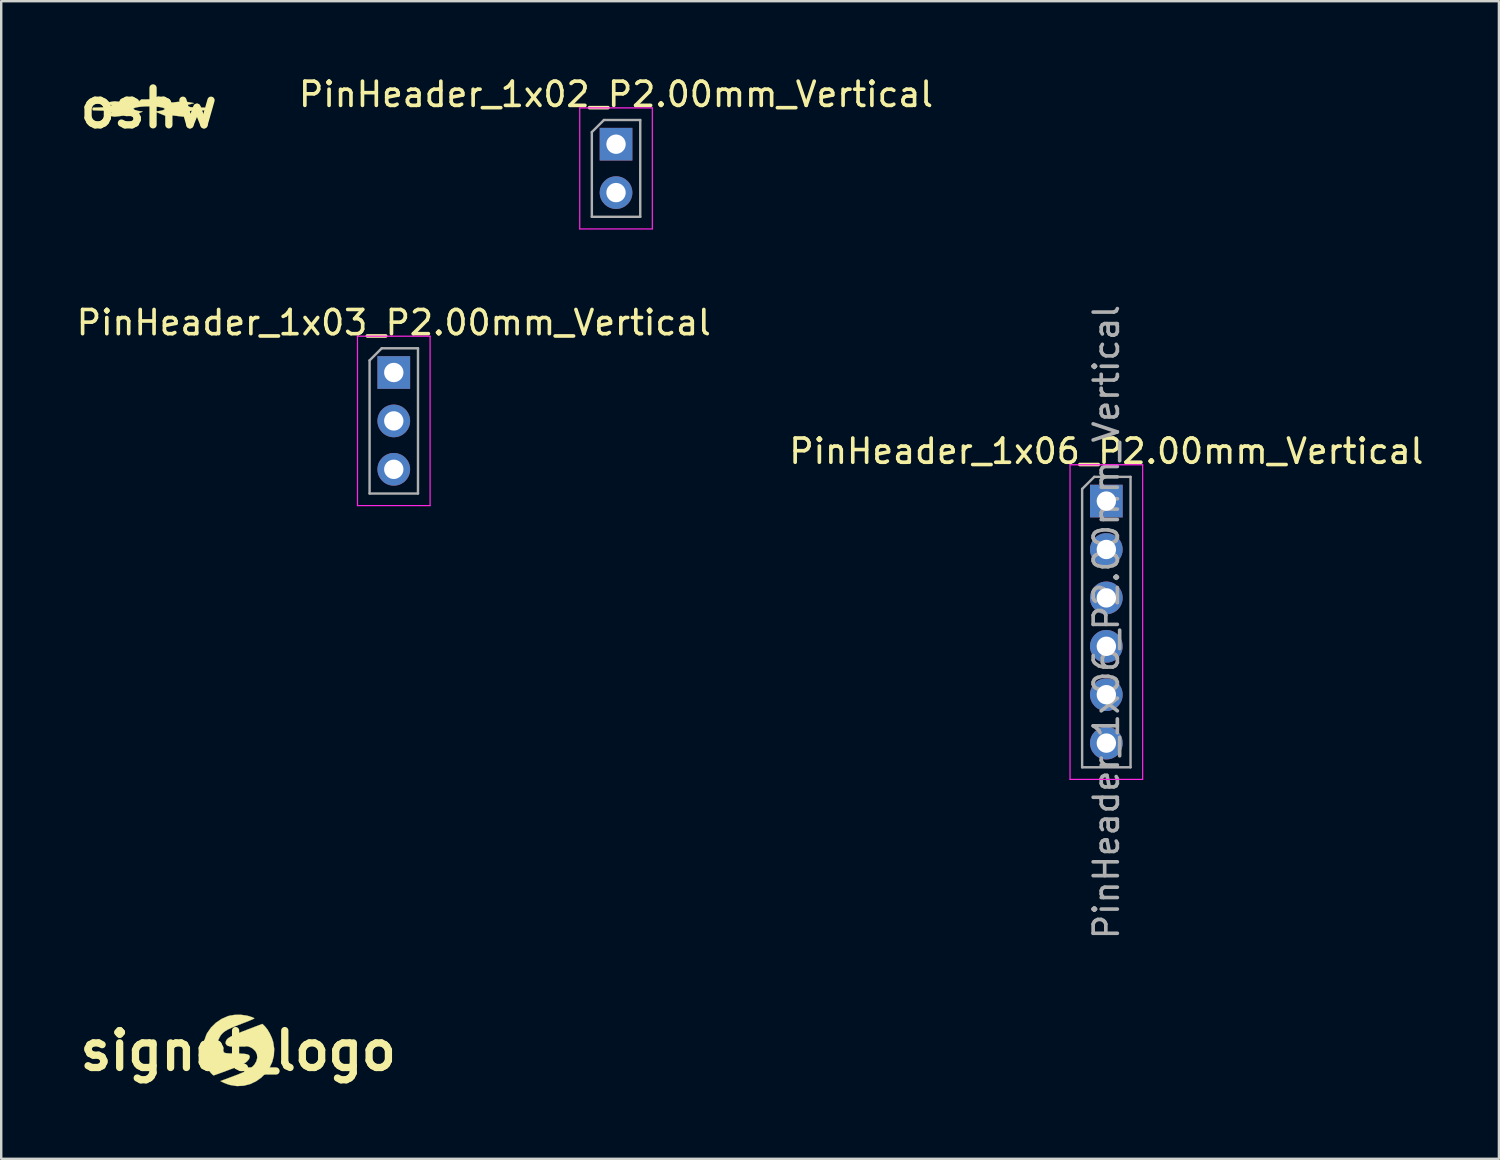
<source format=kicad_pcb>
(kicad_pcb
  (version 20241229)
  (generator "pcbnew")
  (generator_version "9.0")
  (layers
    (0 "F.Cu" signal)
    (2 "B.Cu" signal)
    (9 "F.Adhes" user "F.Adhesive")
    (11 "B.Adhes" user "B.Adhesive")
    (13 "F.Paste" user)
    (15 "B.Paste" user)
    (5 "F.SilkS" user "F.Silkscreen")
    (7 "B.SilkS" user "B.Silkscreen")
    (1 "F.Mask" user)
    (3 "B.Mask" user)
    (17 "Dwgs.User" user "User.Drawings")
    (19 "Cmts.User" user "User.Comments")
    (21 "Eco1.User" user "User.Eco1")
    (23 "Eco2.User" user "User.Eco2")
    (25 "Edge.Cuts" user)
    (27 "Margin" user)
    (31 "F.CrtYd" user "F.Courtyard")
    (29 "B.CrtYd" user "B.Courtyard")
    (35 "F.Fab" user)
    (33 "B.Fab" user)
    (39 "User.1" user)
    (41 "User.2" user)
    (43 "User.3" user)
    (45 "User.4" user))
  (footprint "oshw"
    (layer "F.Cu")
    (at 3.092 1.418)
    (property "Reference" "oshw" (at 0 0 0) (layer "F.SilkS") (effects (font (size 1.524 1.524) (thickness 0.3))))
    (attr through_hole)
    (fp_poly (pts (xy 0.109 -0.363) (xy 0.182 -0.362) (xy 0.237 -0.362) (xy 0.276 -0.362) (xy 0.302 -0.362) (xy 0.318 -0.361) (xy 0.327 -0.36) (xy 0.332 -0.359) (xy 0.334 -0.358) (xy 0.34 -0.354) (xy 0.349 -0.348) (xy 0.361 -0.338) (xy 0.375 -0.326) (xy 0.39 -0.313) (xy 0.397 -0.306) (xy 0.412 -0.292) (xy 0.426 -0.28) (xy 0.439 -0.269) (xy 0.449 -0.261) (xy 0.456 -0.256) (xy 0.458 -0.255) (xy 0.471 -0.254) (xy 0.504 -0.251) (xy 0.55 -0.247) (xy 0.606 -0.243) (xy 0.667 -0.239) (xy 0.729 -0.234) (xy 0.788 -0.23) (xy 0.838 -0.227) (xy 0.875 -0.224) (xy 0.896 -0.223) (xy 0.897 -0.223) (xy 0.911 -0.225) (xy 0.942 -0.228) (xy 0.987 -0.233) (xy 1.044 -0.239) (xy 1.11 -0.247) (xy 1.164 -0.253) (xy 1.234 -0.261) (xy 1.298 -0.268) (xy 1.352 -0.274) (xy 1.395 -0.279) (xy 1.422 -0.282) (xy 1.43 -0.282) (xy 1.444 -0.281) (xy 1.471 -0.277) (xy 1.509 -0.271) (xy 1.556 -0.263) (xy 1.608 -0.255) (xy 1.662 -0.245) (xy 1.715 -0.236) (xy 1.765 -0.227) (xy 1.809 -0.219) (xy 1.843 -0.213) (xy 1.864 -0.208) (xy 1.871 -0.206) (xy 1.865 -0.204) (xy 1.848 -0.199) (xy 1.818 -0.19) (xy 1.776 -0.179) (xy 1.72 -0.165) (xy 1.65 -0.148) (xy 1.616 -0.14) (xy 1.584 -0.132) (xy 1.558 -0.125) (xy 1.541 -0.12) (xy 1.536 -0.117) (xy 1.541 -0.115) (xy 1.554 -0.109) (xy 1.573 -0.101) (xy 1.596 -0.091) (xy 1.622 -0.08) (xy 1.649 -0.07) (xy 1.674 -0.06) (xy 1.697 -0.051) (xy 1.714 -0.045) (xy 1.725 -0.041) (xy 1.726 -0.041) (xy 1.74 -0.04) (xy 1.774 -0.039) (xy 1.826 -0.037) (xy 1.892 -0.035) (xy 1.968 -0.032) (xy 2.02 -0.031) (xy 2.102 -0.028) (xy 2.176 -0.025) (xy 2.239 -0.023) (xy 2.287 -0.022) (xy 2.317 -0.021) (xy 2.324 -0.02) (xy 2.33 -0.019) (xy 2.334 -0.017) (xy 2.337 -0.012) (xy 2.339 -0.005) (xy 2.341 0.005) (xy 2.342 0.018) (xy 2.342 0.035) (xy 2.342 0.051) (xy 2.341 0.064) (xy 2.34 0.073) (xy 2.338 0.08) (xy 2.336 0.085) (xy 2.332 0.087) (xy 2.327 0.089) (xy 2.32 0.089) (xy 2.299 0.09) (xy 2.26 0.092) (xy 2.21 0.093) (xy 2.187 0.094) (xy 2.066 0.098) (xy 1.968 0.101) (xy 1.89 0.103) (xy 1.831 0.105) (xy 1.788 0.107) (xy 1.759 0.109) (xy 1.743 0.11) (xy 1.739 0.111) (xy 1.73 0.114) (xy 1.715 0.12) (xy 1.694 0.128) (xy 1.669 0.138) (xy 1.643 0.149) (xy 1.617 0.159) (xy 1.593 0.17) (xy 1.573 0.179) (xy 1.558 0.186) (xy 1.55 0.19) (xy 1.549 0.19) (xy 1.555 0.192) (xy 1.574 0.198) (xy 1.603 0.205) (xy 1.641 0.215) (xy 1.684 0.225) (xy 1.71 0.232) (xy 1.756 0.243) (xy 1.797 0.254) (xy 1.831 0.263) (xy 1.856 0.27) (xy 1.869 0.274) (xy 1.871 0.276) (xy 1.862 0.278) (xy 1.838 0.283) (xy 1.8 0.291) (xy 1.749 0.3) (xy 1.69 0.31) (xy 1.655 0.316) (xy 1.588 0.327) (xy 1.536 0.336) (xy 1.496 0.342) (xy 1.468 0.347) (xy 1.447 0.349) (xy 1.432 0.35) (xy 1.421 0.35) (xy 1.412 0.35) (xy 1.412 0.35) (xy 1.393 0.348) (xy 1.358 0.344) (xy 1.31 0.338) (xy 1.251 0.332) (xy 1.186 0.324) (xy 1.17 0.322) (xy 1.105 0.315) (xy 1.047 0.308) (xy 0.998 0.303) (xy 0.962 0.299) (xy 0.942 0.297) (xy 0.94 0.297) (xy 0.923 0.298) (xy 0.889 0.301) (xy 0.845 0.304) (xy 0.814 0.307) (xy 0.764 0.311) (xy 0.725 0.314) (xy 0.699 0.315) (xy 0.693 0.315) (xy 0.686 0.312) (xy 0.67 0.307) (xy 0.648 0.298) (xy 0.62 0.287) (xy 0.588 0.274) (xy 0.552 0.259) (xy 0.539 0.254) (xy 0.499 0.238) (xy 0.459 0.221) (xy 0.421 0.206) (xy 0.386 0.191) (xy 0.357 0.18) (xy 0.335 0.171) (xy 0.334 0.17) (xy 0.311 0.16) (xy 0.292 0.152) (xy 0.278 0.146) (xy 0.273 0.142) (xy 0.273 0.142) (xy 0.282 0.14) (xy 0.307 0.136) (xy 0.343 0.131) (xy 0.35 0.13) (xy 0.458 0.115) (xy 0.543 0.098) (xy 0.604 0.08) (xy 0.643 0.061) (xy 0.66 0.04) (xy 0.661 0.035) (xy 0.65 0.014) (xy 0.618 -0.006) (xy 0.563 -0.024) (xy 0.484 -0.041) (xy 0.483 -0.041) (xy 0.391 -0.055) (xy 0.287 -0.065) (xy 0.176 -0.072) (xy 0.061 -0.075) (xy -0.056 -0.075) (xy -0.172 -0.071) (xy -0.282 -0.063) (xy -0.386 -0.052) (xy -0.421 -0.047) (xy -0.507 -0.031) (xy -0.571 -0.014) (xy -0.612 0.006) (xy -0.631 0.027) (xy -0.632 0.034) (xy -0.623 0.055) (xy -0.596 0.073) (xy -0.548 0.091) (xy -0.48 0.106) (xy -0.388 0.121) (xy -0.334 0.129) (xy -0.295 0.134) (xy -0.265 0.138) (xy -0.249 0.142) (xy -0.248 0.142) (xy -0.252 0.145) (xy -0.265 0.151) (xy -0.286 0.16) (xy -0.313 0.171) (xy -0.344 0.185) (xy -0.38 0.2) (xy -0.41 0.212) (xy -0.451 0.229) (xy -0.49 0.245) (xy -0.526 0.26) (xy -0.558 0.273) (xy -0.584 0.284) (xy -0.603 0.292) (xy -0.611 0.295) (xy -0.634 0.305) (xy -0.653 0.311) (xy -0.672 0.314) (xy -0.696 0.314) (xy -0.731 0.312) (xy -0.781 0.308) (xy -0.787 0.307) (xy -0.835 0.303) (xy -0.875 0.3) (xy -0.903 0.298) (xy -0.911 0.297) (xy -0.925 0.298) (xy -0.957 0.302) (xy -1.003 0.306) (xy -1.06 0.313) (xy -1.125 0.32) (xy -1.163 0.325) (xy -1.231 0.332) (xy -1.292 0.339) (xy -1.343 0.345) (xy -1.381 0.349) (xy -1.404 0.352) (xy -1.408 0.352) (xy -1.419 0.351) (xy -1.445 0.347) (xy -1.483 0.34) (xy -1.532 0.332) (xy -1.588 0.323) (xy -1.632 0.316) (xy -1.691 0.306) (xy -1.744 0.296) (xy -1.789 0.288) (xy -1.822 0.282) (xy -1.842 0.277) (xy -1.846 0.276) (xy -1.839 0.273) (xy -1.82 0.267) (xy -1.791 0.259) (xy -1.753 0.25) (xy -1.71 0.239) (xy -1.685 0.232) (xy -1.639 0.221) (xy -1.598 0.211) (xy -1.565 0.202) (xy -1.54 0.195) (xy -1.526 0.191) (xy -1.524 0.19) (xy -1.529 0.187) (xy -1.541 0.181) (xy -1.56 0.173) (xy -1.583 0.163) (xy -1.608 0.152) (xy -1.635 0.141) (xy -1.66 0.13) (xy -1.683 0.121) (xy -1.701 0.114) (xy -1.713 0.111) (xy -1.715 0.11) (xy -1.731 0.109) (xy -1.768 0.107) (xy -1.822 0.105) (xy -1.89 0.103) (xy -1.967 0.1) (xy -2.008 0.099) (xy -2.089 0.096) (xy -2.162 0.094) (xy -2.223 0.091) (xy -2.269 0.09) (xy -2.296 0.088) (xy -2.301 0.088) (xy -2.307 0.085) (xy -2.311 0.079) (xy -2.315 0.07) (xy -2.317 0.059) (xy -2.318 0.047) (xy -2.319 0.034) (xy -2.318 0.021) (xy -2.316 0.008) (xy -2.314 -0.003) (xy -2.31 -0.012) (xy -2.306 -0.018) (xy -2.3 -0.02) (xy -2.3 -0.02) (xy -2.283 -0.021) (xy -2.246 -0.022) (xy -2.191 -0.024) (xy -2.124 -0.026) (xy -2.046 -0.029) (xy -1.995 -0.03) (xy -1.914 -0.033) (xy -1.84 -0.036) (xy -1.779 -0.038) (xy -1.732 -0.04) (xy -1.704 -0.041) (xy -1.698 -0.041) (xy -1.688 -0.044) (xy -1.672 -0.05) (xy -1.65 -0.058) (xy -1.625 -0.068) (xy -1.599 -0.079) (xy -1.573 -0.089) (xy -1.549 -0.099) (xy -1.53 -0.108) (xy -1.517 -0.114) (xy -1.512 -0.117) (xy -1.512 -0.117) (xy -1.518 -0.12) (xy -1.537 -0.125) (xy -1.567 -0.133) (xy -1.604 -0.143) (xy -1.648 -0.154) (xy -1.674 -0.161) (xy -1.721 -0.173) (xy -1.763 -0.183) (xy -1.798 -0.193) (xy -1.825 -0.2) (xy -1.84 -0.204) (xy -1.843 -0.205) (xy -1.841 -0.207) (xy -1.827 -0.211) (xy -1.8 -0.216) (xy -1.76 -0.224) (xy -1.704 -0.234) (xy -1.634 -0.246) (xy -1.574 -0.256) (xy -1.519 -0.265) (xy -1.472 -0.273) (xy -1.435 -0.278) (xy -1.411 -0.282) (xy -1.404 -0.282) (xy -1.389 -0.281) (xy -1.358 -0.278) (xy -1.312 -0.273) (xy -1.255 -0.267) (xy -1.19 -0.259) (xy -1.143 -0.254) (xy -1.074 -0.246) (xy -1.01 -0.238) (xy -0.956 -0.232) (xy -0.914 -0.228) (xy -0.887 -0.225) (xy -0.88 -0.224) (xy -0.863 -0.225) (xy -0.828 -0.226) (xy -0.779 -0.229) (xy -0.721 -0.233) (xy -0.659 -0.237) (xy -0.596 -0.241) (xy -0.538 -0.245) (xy -0.49 -0.249) (xy -0.454 -0.252) (xy -0.438 -0.254) (xy -0.431 -0.256) (xy -0.421 -0.263) (xy -0.409 -0.272) (xy -0.394 -0.283) (xy -0.379 -0.297) (xy -0.366 -0.307) (xy -0.351 -0.322) (xy -0.336 -0.334) (xy -0.323 -0.345) (xy -0.313 -0.354) (xy -0.306 -0.359) (xy -0.303 -0.361) (xy -0.289 -0.361) (xy -0.253 -0.362) (xy -0.199 -0.362) (xy -0.128 -0.362) (xy -0.046 -0.363) (xy 0.013 -0.363) (xy 0.109 -0.363)) (stroke (width 0.01) (type solid)) (fill yes) (layer "F.SilkS")))
  (footprint "PinHeader_1x02_P2.00mm_Vertical"
    (layer "F.Cu")
    (at 22.403 2.908)
    (property "Reference" "PinHeader_1x02_P2.00mm_Vertical" (at 0 -2.06 0) (layer "F.SilkS") (effects (font (size 1 1) (thickness 0.15))))
    (attr through_hole)
    (fp_line (start -1.5 -1.5) (end -1.5 3.5) (stroke (width 0.05) (type solid)) (layer "F.CrtYd"))
    (fp_line (start -1.5 3.5) (end 1.5 3.5) (stroke (width 0.05) (type solid)) (layer "F.CrtYd"))
    (fp_line (start 1.5 -1.5) (end -1.5 -1.5) (stroke (width 0.05) (type solid)) (layer "F.CrtYd"))
    (fp_line (start 1.5 3.5) (end 1.5 -1.5) (stroke (width 0.05) (type solid)) (layer "F.CrtYd"))
    (fp_line (start -1 -0.5) (end -0.5 -1) (stroke (width 0.1) (type solid)) (layer "F.Fab"))
    (fp_line (start -1 3) (end -1 -0.5) (stroke (width 0.1) (type solid)) (layer "F.Fab"))
    (fp_line (start -0.5 -1) (end 1 -1) (stroke (width 0.1) (type solid)) (layer "F.Fab"))
    (fp_line (start 1 -1) (end 1 3) (stroke (width 0.1) (type solid)) (layer "F.Fab"))
    (fp_line (start 1 3) (end -1 3) (stroke (width 0.1) (type solid)) (layer "F.Fab"))
    (pad "1" thru_hole rect (at 0 0) (size 1.35 1.35) (drill 0.8) (layers "*.Cu" "*.Mask"))
    (pad "2" thru_hole oval (at 0 2) (size 1.35 1.35) (drill 0.8) (layers "*.Cu" "*.Mask")))
  (footprint "PinHeader_1x06_P2.00mm_Vertical"
    (layer "F.Cu")
    (at 42.661 17.653)
    (property "Reference" "PinHeader_1x06_P2.00mm_Vertical" (at 0 -2.06 0) (layer "F.SilkS") (effects (font (size 1 1) (thickness 0.15))))
    (attr through_hole)
    (fp_line (start -1.5 -1.5) (end -1.5 11.5) (stroke (width 0.05) (type solid)) (layer "F.CrtYd"))
    (fp_line (start -1.5 11.5) (end 1.5 11.5) (stroke (width 0.05) (type solid)) (layer "F.CrtYd"))
    (fp_line (start 1.5 -1.5) (end -1.5 -1.5) (stroke (width 0.05) (type solid)) (layer "F.CrtYd"))
    (fp_line (start 1.5 11.5) (end 1.5 -1.5) (stroke (width 0.05) (type solid)) (layer "F.CrtYd"))
    (fp_line (start -1 -0.5) (end -0.5 -1) (stroke (width 0.1) (type solid)) (layer "F.Fab"))
    (fp_line (start -1 11) (end -1 -0.5) (stroke (width 0.1) (type solid)) (layer "F.Fab"))
    (fp_line (start -0.5 -1) (end 1 -1) (stroke (width 0.1) (type solid)) (layer "F.Fab"))
    (fp_line (start 1 -1) (end 1 11) (stroke (width 0.1) (type solid)) (layer "F.Fab"))
    (fp_line (start 1 11) (end -1 11) (stroke (width 0.1) (type solid)) (layer "F.Fab"))
    (fp_text user "${REFERENCE}" (at 0 5 90) (layer "F.Fab") (effects (font (size 1 1) (thickness 0.15))))
    (pad "1" thru_hole rect (at 0 0) (size 1.35 1.35) (drill 0.8) (layers "*.Cu" "*.Mask"))
    (pad "2" thru_hole oval (at 0 2) (size 1.35 1.35) (drill 0.8) (layers "*.Cu" "*.Mask"))
    (pad "3" thru_hole oval (at 0 4) (size 1.35 1.35) (drill 0.8) (layers "*.Cu" "*.Mask"))
    (pad "4" thru_hole oval (at 0 6) (size 1.35 1.35) (drill 0.8) (layers "*.Cu" "*.Mask"))
    (pad "5" thru_hole oval (at 0 8) (size 1.35 1.35) (drill 0.8) (layers "*.Cu" "*.Mask"))
    (pad "6" thru_hole oval (at 0 10) (size 1.35 1.35) (drill 0.8) (layers "*.Cu" "*.Mask")))
  (footprint "signet_logo"
    (layer "F.Cu")
    (at 6.793 40.366)
    (property "Reference" "signet_logo" (at 0 0 0) (layer "F.SilkS") (effects (font (size 1.524 1.524) (thickness 0.3))))
    (attr through_hole)
    (fp_poly (pts (xy 1.1 -1.012) (xy 1.204 -0.884) (xy 1.305 -0.715) (xy 1.391 -0.526) (xy 1.444 -0.364) (xy 1.487 -0.081) (xy 1.473 0.195) (xy 1.406 0.457) (xy 1.293 0.701) (xy 1.139 0.92) (xy 0.95 1.109) (xy 0.731 1.263) (xy 0.488 1.377) (xy 0.226 1.443) (xy -0.049 1.458) (xy -0.331 1.414) (xy -0.342 1.411) (xy -0.463 1.373) (xy -0.579 1.328) (xy -0.622 1.308) (xy -0.735 1.25) (xy -0.28 1.081) (xy -0.104 1.014) (xy 0.066 0.947) (xy 0.215 0.885) (xy 0.326 0.836) (xy 0.352 0.823) (xy 0.53 0.711) (xy 0.662 0.579) (xy 0.748 0.435) (xy 0.786 0.288) (xy 0.773 0.145) (xy 0.71 0.015) (xy 0.593 -0.095) (xy 0.531 -0.131) (xy 0.469 -0.16) (xy 0.404 -0.179) (xy 0.324 -0.19) (xy 0.214 -0.195) (xy 0.06 -0.195) (xy -0.018 -0.194) (xy -0.19 -0.193) (xy -0.311 -0.195) (xy -0.39 -0.202) (xy -0.441 -0.215) (xy -0.474 -0.235) (xy -0.487 -0.249) (xy -0.524 -0.313) (xy -0.511 -0.389) (xy -0.491 -0.434) (xy -0.462 -0.475) (xy -0.419 -0.516) (xy -0.357 -0.559) (xy -0.27 -0.607) (xy -0.152 -0.662) (xy 0.002 -0.727) (xy 0.197 -0.805) (xy 0.44 -0.899) (xy 0.735 -1.011) (xy 0.824 -1.045) (xy 0.998 -1.11) (xy 1.1 -1.012)) (stroke (width 0.01) (type solid)) (fill yes) (layer "F.SilkS"))
    (fp_poly (pts (xy 0.361 -1.453) (xy 0.457 -1.427) (xy 0.561 -1.392) (xy 0.636 -1.361) (xy 0.667 -1.341) (xy 0.667 -1.34) (xy 0.639 -1.322) (xy 0.56 -1.286) (xy 0.441 -1.236) (xy 0.291 -1.177) (xy 0.135 -1.117) (xy -0.105 -1.024) (xy -0.293 -0.944) (xy -0.439 -0.874) (xy -0.55 -0.806) (xy -0.636 -0.737) (xy -0.706 -0.66) (xy -0.74 -0.615) (xy -0.82 -0.456) (xy -0.837 -0.298) (xy -0.793 -0.147) (xy -0.689 -0.01) (xy -0.623 0.046) (xy -0.581 0.072) (xy -0.531 0.091) (xy -0.461 0.102) (xy -0.359 0.109) (xy -0.213 0.112) (xy -0.101 0.113) (xy 0.111 0.117) (xy 0.267 0.127) (xy 0.374 0.146) (xy 0.44 0.176) (xy 0.471 0.218) (xy 0.476 0.253) (xy 0.449 0.334) (xy 0.378 0.424) (xy 0.277 0.509) (xy 0.183 0.564) (xy 0.114 0.594) (xy 0.005 0.638) (xy -0.135 0.693) (xy -0.294 0.754) (xy -0.461 0.817) (xy -0.624 0.878) (xy -0.773 0.932) (xy -0.896 0.976) (xy -0.981 1.006) (xy -1.019 1.016) (xy -1.051 0.994) (xy -1.108 0.939) (xy -1.14 0.904) (xy -1.292 0.684) (xy -1.396 0.433) (xy -1.451 0.161) (xy -1.456 -0.121) (xy -1.411 -0.402) (xy -1.314 -0.671) (xy -1.282 -0.734) (xy -1.126 -0.959) (xy -0.923 -1.158) (xy -0.687 -1.318) (xy -0.431 -1.43) (xy -0.37 -1.448) (xy -0.139 -1.486) (xy 0.115 -1.487) (xy 0.361 -1.453)) (stroke (width 0.01) (type solid)) (fill yes) (layer "F.SilkS")))
  (footprint "PinHeader_1x03_P2.00mm_Vertical"
    (layer "F.Cu")
    (at 13.22 12.341)
    (property "Reference" "PinHeader_1x03_P2.00mm_Vertical" (at 0 -2.06 0) (layer "F.SilkS") (effects (font (size 1 1) (thickness 0.15))))
    (attr through_hole)
    (fp_line (start -1.5 -1.5) (end -1.5 5.5) (stroke (width 0.05) (type solid)) (layer "F.CrtYd"))
    (fp_line (start -1.5 5.5) (end 1.5 5.5) (stroke (width 0.05) (type solid)) (layer "F.CrtYd"))
    (fp_line (start 1.5 -1.5) (end -1.5 -1.5) (stroke (width 0.05) (type solid)) (layer "F.CrtYd"))
    (fp_line (start 1.5 5.5) (end 1.5 -1.5) (stroke (width 0.05) (type solid)) (layer "F.CrtYd"))
    (fp_line (start -1 -0.5) (end -0.5 -1) (stroke (width 0.1) (type solid)) (layer "F.Fab"))
    (fp_line (start -1 5) (end -1 -0.5) (stroke (width 0.1) (type solid)) (layer "F.Fab"))
    (fp_line (start -0.5 -1) (end 1 -1) (stroke (width 0.1) (type solid)) (layer "F.Fab"))
    (fp_line (start 1 -1) (end 1 5) (stroke (width 0.1) (type solid)) (layer "F.Fab"))
    (fp_line (start 1 5) (end -1 5) (stroke (width 0.1) (type solid)) (layer "F.Fab"))
    (pad "1" thru_hole rect (at 0 0) (size 1.35 1.35) (drill 0.8) (layers "*.Cu" "*.Mask"))
    (pad "2" thru_hole oval (at 0 2) (size 1.35 1.35) (drill 0.8) (layers "*.Cu" "*.Mask"))
    (pad "3" thru_hole oval (at 0 4) (size 1.35 1.35) (drill 0.8) (layers "*.Cu" "*.Mask")))
  (gr_rect
    (start -3 -3)
    (end 58.881 44.828)
    (stroke (width 0.1) (type default))
    (fill no)
    (layer "Edge.Cuts")))
</source>
